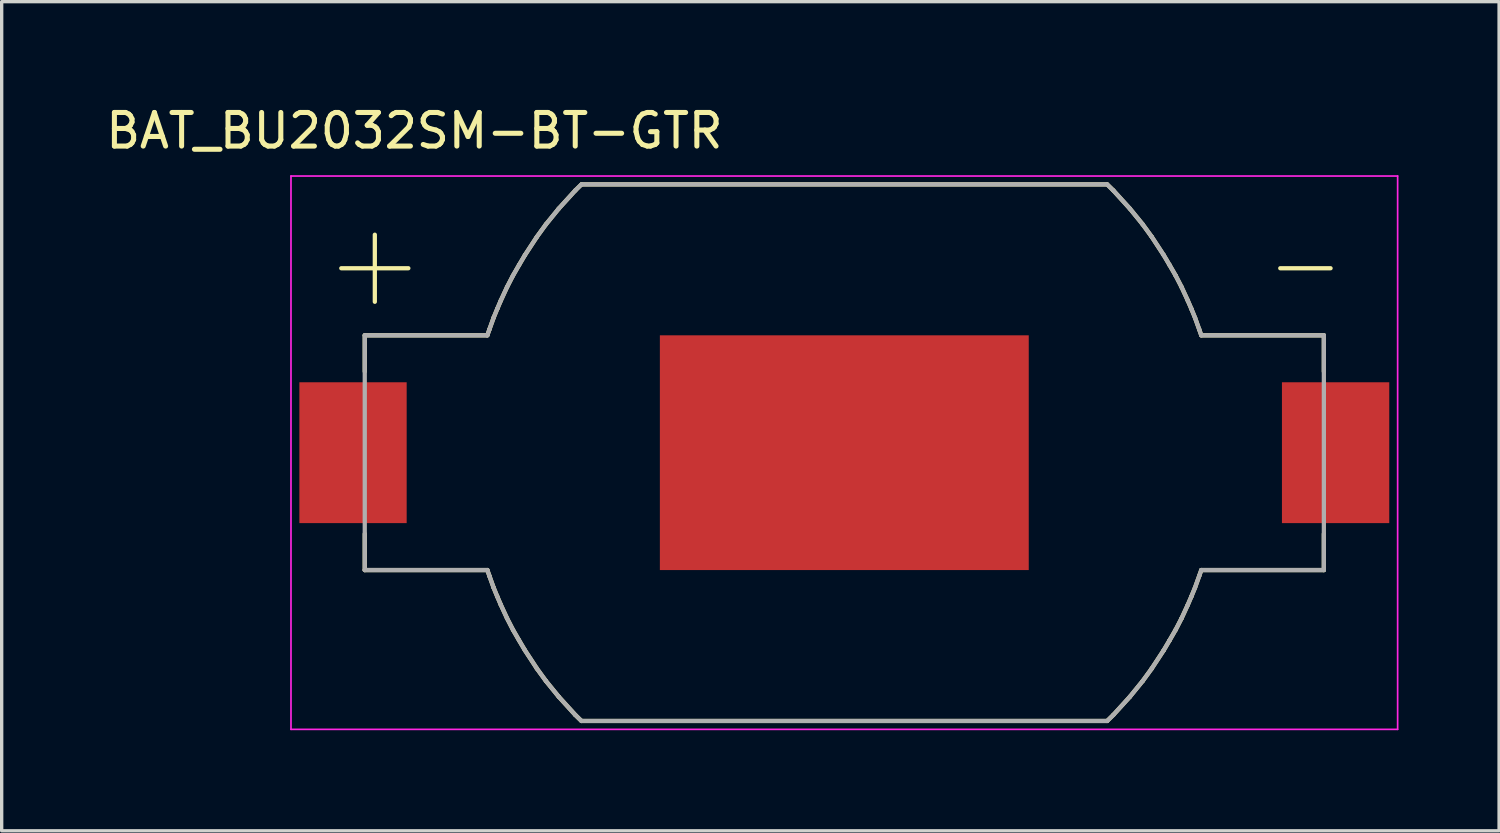
<source format=kicad_pcb>
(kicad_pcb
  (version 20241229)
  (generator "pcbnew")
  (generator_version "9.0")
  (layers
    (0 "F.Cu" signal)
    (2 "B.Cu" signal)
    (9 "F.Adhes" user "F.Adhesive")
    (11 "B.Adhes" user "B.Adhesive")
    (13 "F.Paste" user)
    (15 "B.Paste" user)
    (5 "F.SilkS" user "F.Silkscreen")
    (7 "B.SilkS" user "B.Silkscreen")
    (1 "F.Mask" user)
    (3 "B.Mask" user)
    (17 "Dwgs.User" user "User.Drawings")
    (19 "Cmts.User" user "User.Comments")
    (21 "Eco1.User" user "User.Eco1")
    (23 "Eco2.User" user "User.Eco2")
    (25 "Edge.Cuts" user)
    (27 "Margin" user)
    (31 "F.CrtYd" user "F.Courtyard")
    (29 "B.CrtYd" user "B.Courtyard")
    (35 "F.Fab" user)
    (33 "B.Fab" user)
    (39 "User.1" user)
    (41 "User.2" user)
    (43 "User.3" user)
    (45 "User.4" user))
  (footprint "BAT_BU2032SM-BT-GTR"
    (layer "F.Cu")
    (at 22.127 10.449)
    (property "Reference" "BAT_BU2032SM-BT-GTR" (at -12.819 -9.599 0) (layer "F.SilkS") (effects (font (size 1.002 1.002) (thickness 0.15))))
    (attr smd)
    (fp_poly (pts (xy -5.5 -3.5) (xy 5.5 -3.5) (xy 5.5 3.5) (xy -5.5 3.5)) (stroke (width 0.0001) (type solid)) (fill yes) (layer "F.Cu"))
    (fp_poly (pts (xy -5.6 -3.6) (xy 5.6 -3.6) (xy 5.6 3.6) (xy -5.6 3.6)) (stroke (width 0.0001) (type solid)) (fill yes) (layer "F.Mask"))
    (fp_line (start -15 -5.5) (end -13 -5.5) (stroke (width 0.127) (type solid)) (layer "F.SilkS"))
    (fp_line (start -14.3 -3.5) (end -10.645 -3.5) (stroke (width 0.127) (type solid)) (layer "F.SilkS"))
    (fp_line (start -14.3 -2.42) (end -14.3 -3.5) (stroke (width 0.127) (type solid)) (layer "F.SilkS"))
    (fp_line (start -14.3 2.42) (end -14.3 3.5) (stroke (width 0.127) (type solid)) (layer "F.SilkS"))
    (fp_line (start -14.3 3.5) (end -10.645 3.5) (stroke (width 0.127) (type solid)) (layer "F.SilkS"))
    (fp_line (start -14 -6.5) (end -14 -4.5) (stroke (width 0.127) (type solid)) (layer "F.SilkS"))
    (fp_line (start -10.645 -3.5) (end -10.581 -3.681) (stroke (width 0.127) (type solid)) (layer "F.SilkS"))
    (fp_line (start -10.645 3.5) (end -10.581 3.681) (stroke (width 0.127) (type solid)) (layer "F.SilkS"))
    (fp_line (start -10.581 -3.681) (end -10.458 -4.024) (stroke (width 0.127) (type solid)) (layer "F.SilkS"))
    (fp_line (start -10.581 3.681) (end -10.458 4.024) (stroke (width 0.127) (type solid)) (layer "F.SilkS"))
    (fp_line (start -10.458 -4.024) (end -10.35 -4.287) (stroke (width 0.127) (type solid)) (layer "F.SilkS"))
    (fp_line (start -10.458 4.024) (end -10.35 4.287) (stroke (width 0.127) (type solid)) (layer "F.SilkS"))
    (fp_line (start -10.35 -4.287) (end -10.242 -4.538) (stroke (width 0.127) (type solid)) (layer "F.SilkS"))
    (fp_line (start -10.35 4.287) (end -10.242 4.538) (stroke (width 0.127) (type solid)) (layer "F.SilkS"))
    (fp_line (start -10.242 -4.538) (end -10.058 -4.937) (stroke (width 0.127) (type solid)) (layer "F.SilkS"))
    (fp_line (start -10.242 4.538) (end -10.058 4.937) (stroke (width 0.127) (type solid)) (layer "F.SilkS"))
    (fp_line (start -10.058 -4.937) (end -9.88 -5.282) (stroke (width 0.127) (type solid)) (layer "F.SilkS"))
    (fp_line (start -10.058 4.937) (end -9.88 5.282) (stroke (width 0.127) (type solid)) (layer "F.SilkS"))
    (fp_line (start -9.88 -5.282) (end -9.7 -5.594) (stroke (width 0.127) (type solid)) (layer "F.SilkS"))
    (fp_line (start -9.88 5.282) (end -9.7 5.594) (stroke (width 0.127) (type solid)) (layer "F.SilkS"))
    (fp_line (start -9.7 -5.594) (end -9.524 -5.892) (stroke (width 0.127) (type solid)) (layer "F.SilkS"))
    (fp_line (start -9.7 5.594) (end -9.524 5.892) (stroke (width 0.127) (type solid)) (layer "F.SilkS"))
    (fp_line (start -9.524 -5.892) (end -9.168 -6.436) (stroke (width 0.127) (type solid)) (layer "F.SilkS"))
    (fp_line (start -9.524 5.892) (end -9.168 6.436) (stroke (width 0.127) (type solid)) (layer "F.SilkS"))
    (fp_line (start -9.168 -6.436) (end -8.897 -6.809) (stroke (width 0.127) (type solid)) (layer "F.SilkS"))
    (fp_line (start -9.168 6.436) (end -8.897 6.809) (stroke (width 0.127) (type solid)) (layer "F.SilkS"))
    (fp_line (start -8.897 -6.809) (end -8.516 -7.277) (stroke (width 0.127) (type solid)) (layer "F.SilkS"))
    (fp_line (start -8.897 6.809) (end -8.516 7.277) (stroke (width 0.127) (type solid)) (layer "F.SilkS"))
    (fp_line (start -8.516 -7.277) (end -8.022 -7.82) (stroke (width 0.127) (type solid)) (layer "F.SilkS"))
    (fp_line (start -8.516 7.277) (end -8.022 7.82) (stroke (width 0.127) (type solid)) (layer "F.SilkS"))
    (fp_line (start -8.022 -7.82) (end -7.838 -8) (stroke (width 0.127) (type solid)) (layer "F.SilkS"))
    (fp_line (start -8.022 7.82) (end -7.838 8) (stroke (width 0.127) (type solid)) (layer "F.SilkS"))
    (fp_line (start -7.835 -8) (end 7.835 -8) (stroke (width 0.127) (type solid)) (layer "F.SilkS"))
    (fp_line (start -7.835 8) (end 7.835 8) (stroke (width 0.127) (type solid)) (layer "F.SilkS"))
    (fp_line (start 8.022 -7.82) (end 7.838 -8) (stroke (width 0.127) (type solid)) (layer "F.SilkS"))
    (fp_line (start 8.022 7.82) (end 7.838 8) (stroke (width 0.127) (type solid)) (layer "F.SilkS"))
    (fp_line (start 8.516 -7.277) (end 8.022 -7.82) (stroke (width 0.127) (type solid)) (layer "F.SilkS"))
    (fp_line (start 8.516 7.277) (end 8.022 7.82) (stroke (width 0.127) (type solid)) (layer "F.SilkS"))
    (fp_line (start 8.897 -6.809) (end 8.516 -7.277) (stroke (width 0.127) (type solid)) (layer "F.SilkS"))
    (fp_line (start 8.897 6.809) (end 8.516 7.277) (stroke (width 0.127) (type solid)) (layer "F.SilkS"))
    (fp_line (start 9.168 -6.436) (end 8.897 -6.809) (stroke (width 0.127) (type solid)) (layer "F.SilkS"))
    (fp_line (start 9.168 6.436) (end 8.897 6.809) (stroke (width 0.127) (type solid)) (layer "F.SilkS"))
    (fp_line (start 9.524 -5.892) (end 9.168 -6.436) (stroke (width 0.127) (type solid)) (layer "F.SilkS"))
    (fp_line (start 9.524 5.892) (end 9.168 6.436) (stroke (width 0.127) (type solid)) (layer "F.SilkS"))
    (fp_line (start 9.7 -5.594) (end 9.524 -5.892) (stroke (width 0.127) (type solid)) (layer "F.SilkS"))
    (fp_line (start 9.7 5.594) (end 9.524 5.892) (stroke (width 0.127) (type solid)) (layer "F.SilkS"))
    (fp_line (start 9.88 -5.282) (end 9.7 -5.594) (stroke (width 0.127) (type solid)) (layer "F.SilkS"))
    (fp_line (start 9.88 5.282) (end 9.7 5.594) (stroke (width 0.127) (type solid)) (layer "F.SilkS"))
    (fp_line (start 10.058 -4.937) (end 9.88 -5.282) (stroke (width 0.127) (type solid)) (layer "F.SilkS"))
    (fp_line (start 10.058 4.937) (end 9.88 5.282) (stroke (width 0.127) (type solid)) (layer "F.SilkS"))
    (fp_line (start 10.242 -4.538) (end 10.058 -4.937) (stroke (width 0.127) (type solid)) (layer "F.SilkS"))
    (fp_line (start 10.242 4.538) (end 10.058 4.937) (stroke (width 0.127) (type solid)) (layer "F.SilkS"))
    (fp_line (start 10.35 -4.287) (end 10.242 -4.538) (stroke (width 0.127) (type solid)) (layer "F.SilkS"))
    (fp_line (start 10.35 4.287) (end 10.242 4.538) (stroke (width 0.127) (type solid)) (layer "F.SilkS"))
    (fp_line (start 10.458 -4.024) (end 10.35 -4.287) (stroke (width 0.127) (type solid)) (layer "F.SilkS"))
    (fp_line (start 10.458 4.024) (end 10.35 4.287) (stroke (width 0.127) (type solid)) (layer "F.SilkS"))
    (fp_line (start 10.581 -3.681) (end 10.458 -4.024) (stroke (width 0.127) (type solid)) (layer "F.SilkS"))
    (fp_line (start 10.581 3.681) (end 10.458 4.024) (stroke (width 0.127) (type solid)) (layer "F.SilkS"))
    (fp_line (start 10.645 -3.5) (end 10.581 -3.681) (stroke (width 0.127) (type solid)) (layer "F.SilkS"))
    (fp_line (start 10.645 3.5) (end 10.581 3.681) (stroke (width 0.127) (type solid)) (layer "F.SilkS"))
    (fp_line (start 13 -5.5) (end 14.5 -5.5) (stroke (width 0.127) (type solid)) (layer "F.SilkS"))
    (fp_line (start 14.3 -3.5) (end 10.645 -3.5) (stroke (width 0.127) (type solid)) (layer "F.SilkS"))
    (fp_line (start 14.3 -2.42) (end 14.3 -3.5) (stroke (width 0.127) (type solid)) (layer "F.SilkS"))
    (fp_line (start 14.3 2.42) (end 14.3 3.5) (stroke (width 0.127) (type solid)) (layer "F.SilkS"))
    (fp_line (start 14.3 3.5) (end 10.645 3.5) (stroke (width 0.127) (type solid)) (layer "F.SilkS"))
    (fp_line (start -16.5 -8.25) (end -16.5 8.25) (stroke (width 0.05) (type solid)) (layer "F.CrtYd"))
    (fp_line (start -16.5 8.25) (end 16.5 8.25) (stroke (width 0.05) (type solid)) (layer "F.CrtYd"))
    (fp_line (start 16.5 -8.25) (end -16.5 -8.25) (stroke (width 0.05) (type solid)) (layer "F.CrtYd"))
    (fp_line (start 16.5 8.25) (end 16.5 -8.25) (stroke (width 0.05) (type solid)) (layer "F.CrtYd"))
    (fp_line (start -14.3 -3.5) (end -10.645 -3.5) (stroke (width 0.127) (type solid)) (layer "F.Fab"))
    (fp_line (start -14.3 3.5) (end -14.3 -3.5) (stroke (width 0.127) (type solid)) (layer "F.Fab"))
    (fp_line (start -14.3 3.5) (end -10.645 3.5) (stroke (width 0.127) (type solid)) (layer "F.Fab"))
    (fp_line (start -10.645 -3.5) (end -10.581 -3.681) (stroke (width 0.127) (type solid)) (layer "F.Fab"))
    (fp_line (start -10.645 3.5) (end -10.581 3.681) (stroke (width 0.127) (type solid)) (layer "F.Fab"))
    (fp_line (start -10.581 -3.681) (end -10.458 -4.024) (stroke (width 0.127) (type solid)) (layer "F.Fab"))
    (fp_line (start -10.581 3.681) (end -10.458 4.024) (stroke (width 0.127) (type solid)) (layer "F.Fab"))
    (fp_line (start -10.458 -4.024) (end -10.35 -4.287) (stroke (width 0.127) (type solid)) (layer "F.Fab"))
    (fp_line (start -10.458 4.024) (end -10.35 4.287) (stroke (width 0.127) (type solid)) (layer "F.Fab"))
    (fp_line (start -10.35 -4.287) (end -10.242 -4.538) (stroke (width 0.127) (type solid)) (layer "F.Fab"))
    (fp_line (start -10.35 4.287) (end -10.242 4.538) (stroke (width 0.127) (type solid)) (layer "F.Fab"))
    (fp_line (start -10.242 -4.538) (end -10.058 -4.937) (stroke (width 0.127) (type solid)) (layer "F.Fab"))
    (fp_line (start -10.242 4.538) (end -10.058 4.937) (stroke (width 0.127) (type solid)) (layer "F.Fab"))
    (fp_line (start -10.058 -4.937) (end -9.88 -5.282) (stroke (width 0.127) (type solid)) (layer "F.Fab"))
    (fp_line (start -10.058 4.937) (end -9.88 5.282) (stroke (width 0.127) (type solid)) (layer "F.Fab"))
    (fp_line (start -9.88 -5.282) (end -9.7 -5.594) (stroke (width 0.127) (type solid)) (layer "F.Fab"))
    (fp_line (start -9.88 5.282) (end -9.7 5.594) (stroke (width 0.127) (type solid)) (layer "F.Fab"))
    (fp_line (start -9.7 -5.594) (end -9.524 -5.892) (stroke (width 0.127) (type solid)) (layer "F.Fab"))
    (fp_line (start -9.7 5.594) (end -9.524 5.892) (stroke (width 0.127) (type solid)) (layer "F.Fab"))
    (fp_line (start -9.524 -5.892) (end -9.168 -6.436) (stroke (width 0.127) (type solid)) (layer "F.Fab"))
    (fp_line (start -9.524 5.892) (end -9.168 6.436) (stroke (width 0.127) (type solid)) (layer "F.Fab"))
    (fp_line (start -9.168 -6.436) (end -8.897 -6.809) (stroke (width 0.127) (type solid)) (layer "F.Fab"))
    (fp_line (start -9.168 6.436) (end -8.897 6.809) (stroke (width 0.127) (type solid)) (layer "F.Fab"))
    (fp_line (start -8.897 -6.809) (end -8.516 -7.277) (stroke (width 0.127) (type solid)) (layer "F.Fab"))
    (fp_line (start -8.897 6.809) (end -8.516 7.277) (stroke (width 0.127) (type solid)) (layer "F.Fab"))
    (fp_line (start -8.516 -7.277) (end -8.022 -7.82) (stroke (width 0.127) (type solid)) (layer "F.Fab"))
    (fp_line (start -8.516 7.277) (end -8.022 7.82) (stroke (width 0.127) (type solid)) (layer "F.Fab"))
    (fp_line (start -8.022 -7.82) (end -7.838 -8) (stroke (width 0.127) (type solid)) (layer "F.Fab"))
    (fp_line (start -8.022 7.82) (end -7.838 8) (stroke (width 0.127) (type solid)) (layer "F.Fab"))
    (fp_line (start -7.835 -8) (end 7.835 -8) (stroke (width 0.127) (type solid)) (layer "F.Fab"))
    (fp_line (start -7.835 8) (end 7.835 8) (stroke (width 0.127) (type solid)) (layer "F.Fab"))
    (fp_line (start 8.022 -7.82) (end 7.838 -8) (stroke (width 0.127) (type solid)) (layer "F.Fab"))
    (fp_line (start 8.022 7.82) (end 7.838 8) (stroke (width 0.127) (type solid)) (layer "F.Fab"))
    (fp_line (start 8.516 -7.277) (end 8.022 -7.82) (stroke (width 0.127) (type solid)) (layer "F.Fab"))
    (fp_line (start 8.516 7.277) (end 8.022 7.82) (stroke (width 0.127) (type solid)) (layer "F.Fab"))
    (fp_line (start 8.897 -6.809) (end 8.516 -7.277) (stroke (width 0.127) (type solid)) (layer "F.Fab"))
    (fp_line (start 8.897 6.809) (end 8.516 7.277) (stroke (width 0.127) (type solid)) (layer "F.Fab"))
    (fp_line (start 9.168 -6.436) (end 8.897 -6.809) (stroke (width 0.127) (type solid)) (layer "F.Fab"))
    (fp_line (start 9.168 6.436) (end 8.897 6.809) (stroke (width 0.127) (type solid)) (layer "F.Fab"))
    (fp_line (start 9.524 -5.892) (end 9.168 -6.436) (stroke (width 0.127) (type solid)) (layer "F.Fab"))
    (fp_line (start 9.524 5.892) (end 9.168 6.436) (stroke (width 0.127) (type solid)) (layer "F.Fab"))
    (fp_line (start 9.7 -5.594) (end 9.524 -5.892) (stroke (width 0.127) (type solid)) (layer "F.Fab"))
    (fp_line (start 9.7 5.594) (end 9.524 5.892) (stroke (width 0.127) (type solid)) (layer "F.Fab"))
    (fp_line (start 9.88 -5.282) (end 9.7 -5.594) (stroke (width 0.127) (type solid)) (layer "F.Fab"))
    (fp_line (start 9.88 5.282) (end 9.7 5.594) (stroke (width 0.127) (type solid)) (layer "F.Fab"))
    (fp_line (start 10.058 -4.937) (end 9.88 -5.282) (stroke (width 0.127) (type solid)) (layer "F.Fab"))
    (fp_line (start 10.058 4.937) (end 9.88 5.282) (stroke (width 0.127) (type solid)) (layer "F.Fab"))
    (fp_line (start 10.242 -4.538) (end 10.058 -4.937) (stroke (width 0.127) (type solid)) (layer "F.Fab"))
    (fp_line (start 10.242 4.538) (end 10.058 4.937) (stroke (width 0.127) (type solid)) (layer "F.Fab"))
    (fp_line (start 10.35 -4.287) (end 10.242 -4.538) (stroke (width 0.127) (type solid)) (layer "F.Fab"))
    (fp_line (start 10.35 4.287) (end 10.242 4.538) (stroke (width 0.127) (type solid)) (layer "F.Fab"))
    (fp_line (start 10.458 -4.024) (end 10.35 -4.287) (stroke (width 0.127) (type solid)) (layer "F.Fab"))
    (fp_line (start 10.458 4.024) (end 10.35 4.287) (stroke (width 0.127) (type solid)) (layer "F.Fab"))
    (fp_line (start 10.581 -3.681) (end 10.458 -4.024) (stroke (width 0.127) (type solid)) (layer "F.Fab"))
    (fp_line (start 10.581 3.681) (end 10.458 4.024) (stroke (width 0.127) (type solid)) (layer "F.Fab"))
    (fp_line (start 10.645 -3.5) (end 10.581 -3.681) (stroke (width 0.127) (type solid)) (layer "F.Fab"))
    (fp_line (start 10.645 3.5) (end 10.581 3.681) (stroke (width 0.127) (type solid)) (layer "F.Fab"))
    (fp_line (start 14.3 -3.5) (end 10.645 -3.5) (stroke (width 0.127) (type solid)) (layer "F.Fab"))
    (fp_line (start 14.3 3.5) (end 10.645 3.5) (stroke (width 0.127) (type solid)) (layer "F.Fab"))
    (fp_line (start 14.3 3.5) (end 14.3 -3.5) (stroke (width 0.127) (type solid)) (layer "F.Fab"))
    (pad "+" smd rect (at -14.65 0) (size 3.2 4.2) (layers "F.Cu" "F.Mask" "F.Paste"))
    (pad "-" smd rect (at 14.65 0) (size 3.2 4.2) (layers "F.Cu" "F.Mask" "F.Paste")))
  (gr_rect
    (start -3 -3)
    (end 41.652 21.724)
    (stroke (width 0.1) (type default))
    (fill no)
    (layer "Edge.Cuts")))
</source>
